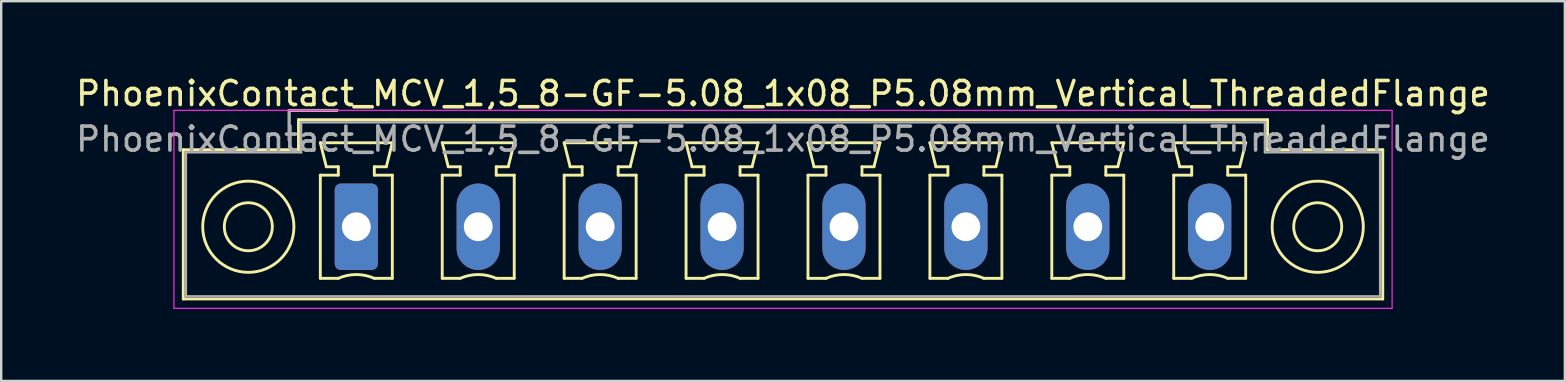
<source format=kicad_pcb>
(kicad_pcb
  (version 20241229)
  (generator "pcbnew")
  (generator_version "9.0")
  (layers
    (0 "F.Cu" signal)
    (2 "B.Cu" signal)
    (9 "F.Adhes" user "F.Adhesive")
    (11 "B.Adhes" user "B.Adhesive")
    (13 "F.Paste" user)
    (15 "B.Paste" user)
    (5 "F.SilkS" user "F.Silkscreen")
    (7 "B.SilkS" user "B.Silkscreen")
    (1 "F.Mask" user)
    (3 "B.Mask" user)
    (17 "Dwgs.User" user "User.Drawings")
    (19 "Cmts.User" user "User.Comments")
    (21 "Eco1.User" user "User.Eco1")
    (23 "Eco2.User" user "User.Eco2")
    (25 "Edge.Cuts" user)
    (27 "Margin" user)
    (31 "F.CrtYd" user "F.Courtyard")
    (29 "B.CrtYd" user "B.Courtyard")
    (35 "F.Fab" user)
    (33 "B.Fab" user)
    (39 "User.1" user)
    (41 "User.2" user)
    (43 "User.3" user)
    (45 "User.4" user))
  (footprint "PhoenixContact_MCV_1,5_8-GF-5.08_1x08_P5.08mm_Vertical_ThreadedFlange"
    (layer "F.Cu")
    (at 11.797 6.398)
    (property "Reference" "PhoenixContact_MCV_1,5_8-GF-5.08_1x08_P5.08mm_Vertical_ThreadedFlange" (at 17.78 -5.55 0) (layer "F.SilkS") (effects (font (size 1 1) (thickness 0.15))))
    (attr through_hole)
    (fp_line (start -7.21 -3.21) (end -7.21 3.01) (stroke (width 0.12) (type solid)) (layer "F.SilkS"))
    (fp_line (start -7.21 3.01) (end 42.77 3.01) (stroke (width 0.12) (type solid)) (layer "F.SilkS"))
    (fp_line (start -2.8 -4.85) (end -0.8 -4.85) (stroke (width 0.12) (type solid)) (layer "F.SilkS"))
    (fp_line (start -2.8 -3.6) (end -2.8 -4.85) (stroke (width 0.12) (type solid)) (layer "F.SilkS"))
    (fp_line (start -2.41 -4.46) (end -2.41 -3.21) (stroke (width 0.12) (type solid)) (layer "F.SilkS"))
    (fp_line (start -2.41 -3.21) (end -7.21 -3.21) (stroke (width 0.12) (type solid)) (layer "F.SilkS"))
    (fp_line (start -1.5 -3.5) (end 1.5 -3.5) (stroke (width 0.12) (type solid)) (layer "F.SilkS"))
    (fp_line (start -1.5 -2.15) (end -0.75 -2.15) (stroke (width 0.12) (type solid)) (layer "F.SilkS"))
    (fp_line (start -1.5 2.15) (end -1.5 -2.15) (stroke (width 0.12) (type solid)) (layer "F.SilkS"))
    (fp_line (start -1.25 -2.5) (end -1.5 -3.5) (stroke (width 0.12) (type solid)) (layer "F.SilkS"))
    (fp_line (start -0.75 -2.5) (end -1.25 -2.5) (stroke (width 0.12) (type solid)) (layer "F.SilkS"))
    (fp_line (start -0.75 -2.15) (end -0.75 -2.5) (stroke (width 0.12) (type solid)) (layer "F.SilkS"))
    (fp_line (start -0.75 2.15) (end -1.5 2.15) (stroke (width 0.12) (type solid)) (layer "F.SilkS"))
    (fp_line (start 0.75 -2.5) (end 0.75 -2.15) (stroke (width 0.12) (type solid)) (layer "F.SilkS"))
    (fp_line (start 0.75 -2.15) (end 1.5 -2.15) (stroke (width 0.12) (type solid)) (layer "F.SilkS"))
    (fp_line (start 1.25 -2.5) (end 0.75 -2.5) (stroke (width 0.12) (type solid)) (layer "F.SilkS"))
    (fp_line (start 1.5 -3.5) (end 1.25 -2.5) (stroke (width 0.12) (type solid)) (layer "F.SilkS"))
    (fp_line (start 1.5 -2.15) (end 1.5 2.15) (stroke (width 0.12) (type solid)) (layer "F.SilkS"))
    (fp_line (start 1.5 2.15) (end 0.75 2.15) (stroke (width 0.12) (type solid)) (layer "F.SilkS"))
    (fp_line (start 3.58 -3.5) (end 6.58 -3.5) (stroke (width 0.12) (type solid)) (layer "F.SilkS"))
    (fp_line (start 3.58 -2.15) (end 4.33 -2.15) (stroke (width 0.12) (type solid)) (layer "F.SilkS"))
    (fp_line (start 3.58 2.15) (end 3.58 -2.15) (stroke (width 0.12) (type solid)) (layer "F.SilkS"))
    (fp_line (start 3.83 -2.5) (end 3.58 -3.5) (stroke (width 0.12) (type solid)) (layer "F.SilkS"))
    (fp_line (start 4.33 -2.5) (end 3.83 -2.5) (stroke (width 0.12) (type solid)) (layer "F.SilkS"))
    (fp_line (start 4.33 -2.15) (end 4.33 -2.5) (stroke (width 0.12) (type solid)) (layer "F.SilkS"))
    (fp_line (start 4.33 2.15) (end 3.58 2.15) (stroke (width 0.12) (type solid)) (layer "F.SilkS"))
    (fp_line (start 5.83 -2.5) (end 5.83 -2.15) (stroke (width 0.12) (type solid)) (layer "F.SilkS"))
    (fp_line (start 5.83 -2.15) (end 6.58 -2.15) (stroke (width 0.12) (type solid)) (layer "F.SilkS"))
    (fp_line (start 6.33 -2.5) (end 5.83 -2.5) (stroke (width 0.12) (type solid)) (layer "F.SilkS"))
    (fp_line (start 6.58 -3.5) (end 6.33 -2.5) (stroke (width 0.12) (type solid)) (layer "F.SilkS"))
    (fp_line (start 6.58 -2.15) (end 6.58 2.15) (stroke (width 0.12) (type solid)) (layer "F.SilkS"))
    (fp_line (start 6.58 2.15) (end 5.83 2.15) (stroke (width 0.12) (type solid)) (layer "F.SilkS"))
    (fp_line (start 8.66 -3.5) (end 11.66 -3.5) (stroke (width 0.12) (type solid)) (layer "F.SilkS"))
    (fp_line (start 8.66 -2.15) (end 9.41 -2.15) (stroke (width 0.12) (type solid)) (layer "F.SilkS"))
    (fp_line (start 8.66 2.15) (end 8.66 -2.15) (stroke (width 0.12) (type solid)) (layer "F.SilkS"))
    (fp_line (start 8.91 -2.5) (end 8.66 -3.5) (stroke (width 0.12) (type solid)) (layer "F.SilkS"))
    (fp_line (start 9.41 -2.5) (end 8.91 -2.5) (stroke (width 0.12) (type solid)) (layer "F.SilkS"))
    (fp_line (start 9.41 -2.15) (end 9.41 -2.5) (stroke (width 0.12) (type solid)) (layer "F.SilkS"))
    (fp_line (start 9.41 2.15) (end 8.66 2.15) (stroke (width 0.12) (type solid)) (layer "F.SilkS"))
    (fp_line (start 10.91 -2.5) (end 10.91 -2.15) (stroke (width 0.12) (type solid)) (layer "F.SilkS"))
    (fp_line (start 10.91 -2.15) (end 11.66 -2.15) (stroke (width 0.12) (type solid)) (layer "F.SilkS"))
    (fp_line (start 11.41 -2.5) (end 10.91 -2.5) (stroke (width 0.12) (type solid)) (layer "F.SilkS"))
    (fp_line (start 11.66 -3.5) (end 11.41 -2.5) (stroke (width 0.12) (type solid)) (layer "F.SilkS"))
    (fp_line (start 11.66 -2.15) (end 11.66 2.15) (stroke (width 0.12) (type solid)) (layer "F.SilkS"))
    (fp_line (start 11.66 2.15) (end 10.91 2.15) (stroke (width 0.12) (type solid)) (layer "F.SilkS"))
    (fp_line (start 13.74 -3.5) (end 16.74 -3.5) (stroke (width 0.12) (type solid)) (layer "F.SilkS"))
    (fp_line (start 13.74 -2.15) (end 14.49 -2.15) (stroke (width 0.12) (type solid)) (layer "F.SilkS"))
    (fp_line (start 13.74 2.15) (end 13.74 -2.15) (stroke (width 0.12) (type solid)) (layer "F.SilkS"))
    (fp_line (start 13.99 -2.5) (end 13.74 -3.5) (stroke (width 0.12) (type solid)) (layer "F.SilkS"))
    (fp_line (start 14.49 -2.5) (end 13.99 -2.5) (stroke (width 0.12) (type solid)) (layer "F.SilkS"))
    (fp_line (start 14.49 -2.15) (end 14.49 -2.5) (stroke (width 0.12) (type solid)) (layer "F.SilkS"))
    (fp_line (start 14.49 2.15) (end 13.74 2.15) (stroke (width 0.12) (type solid)) (layer "F.SilkS"))
    (fp_line (start 15.99 -2.5) (end 15.99 -2.15) (stroke (width 0.12) (type solid)) (layer "F.SilkS"))
    (fp_line (start 15.99 -2.15) (end 16.74 -2.15) (stroke (width 0.12) (type solid)) (layer "F.SilkS"))
    (fp_line (start 16.49 -2.5) (end 15.99 -2.5) (stroke (width 0.12) (type solid)) (layer "F.SilkS"))
    (fp_line (start 16.74 -3.5) (end 16.49 -2.5) (stroke (width 0.12) (type solid)) (layer "F.SilkS"))
    (fp_line (start 16.74 -2.15) (end 16.74 2.15) (stroke (width 0.12) (type solid)) (layer "F.SilkS"))
    (fp_line (start 16.74 2.15) (end 15.99 2.15) (stroke (width 0.12) (type solid)) (layer "F.SilkS"))
    (fp_line (start 18.82 -3.5) (end 21.82 -3.5) (stroke (width 0.12) (type solid)) (layer "F.SilkS"))
    (fp_line (start 18.82 -2.15) (end 19.57 -2.15) (stroke (width 0.12) (type solid)) (layer "F.SilkS"))
    (fp_line (start 18.82 2.15) (end 18.82 -2.15) (stroke (width 0.12) (type solid)) (layer "F.SilkS"))
    (fp_line (start 19.07 -2.5) (end 18.82 -3.5) (stroke (width 0.12) (type solid)) (layer "F.SilkS"))
    (fp_line (start 19.57 -2.5) (end 19.07 -2.5) (stroke (width 0.12) (type solid)) (layer "F.SilkS"))
    (fp_line (start 19.57 -2.15) (end 19.57 -2.5) (stroke (width 0.12) (type solid)) (layer "F.SilkS"))
    (fp_line (start 19.57 2.15) (end 18.82 2.15) (stroke (width 0.12) (type solid)) (layer "F.SilkS"))
    (fp_line (start 21.07 -2.5) (end 21.07 -2.15) (stroke (width 0.12) (type solid)) (layer "F.SilkS"))
    (fp_line (start 21.07 -2.15) (end 21.82 -2.15) (stroke (width 0.12) (type solid)) (layer "F.SilkS"))
    (fp_line (start 21.57 -2.5) (end 21.07 -2.5) (stroke (width 0.12) (type solid)) (layer "F.SilkS"))
    (fp_line (start 21.82 -3.5) (end 21.57 -2.5) (stroke (width 0.12) (type solid)) (layer "F.SilkS"))
    (fp_line (start 21.82 -2.15) (end 21.82 2.15) (stroke (width 0.12) (type solid)) (layer "F.SilkS"))
    (fp_line (start 21.82 2.15) (end 21.07 2.15) (stroke (width 0.12) (type solid)) (layer "F.SilkS"))
    (fp_line (start 23.9 -3.5) (end 26.9 -3.5) (stroke (width 0.12) (type solid)) (layer "F.SilkS"))
    (fp_line (start 23.9 -2.15) (end 24.65 -2.15) (stroke (width 0.12) (type solid)) (layer "F.SilkS"))
    (fp_line (start 23.9 2.15) (end 23.9 -2.15) (stroke (width 0.12) (type solid)) (layer "F.SilkS"))
    (fp_line (start 24.15 -2.5) (end 23.9 -3.5) (stroke (width 0.12) (type solid)) (layer "F.SilkS"))
    (fp_line (start 24.65 -2.5) (end 24.15 -2.5) (stroke (width 0.12) (type solid)) (layer "F.SilkS"))
    (fp_line (start 24.65 -2.15) (end 24.65 -2.5) (stroke (width 0.12) (type solid)) (layer "F.SilkS"))
    (fp_line (start 24.65 2.15) (end 23.9 2.15) (stroke (width 0.12) (type solid)) (layer "F.SilkS"))
    (fp_line (start 26.15 -2.5) (end 26.15 -2.15) (stroke (width 0.12) (type solid)) (layer "F.SilkS"))
    (fp_line (start 26.15 -2.15) (end 26.9 -2.15) (stroke (width 0.12) (type solid)) (layer "F.SilkS"))
    (fp_line (start 26.65 -2.5) (end 26.15 -2.5) (stroke (width 0.12) (type solid)) (layer "F.SilkS"))
    (fp_line (start 26.9 -3.5) (end 26.65 -2.5) (stroke (width 0.12) (type solid)) (layer "F.SilkS"))
    (fp_line (start 26.9 -2.15) (end 26.9 2.15) (stroke (width 0.12) (type solid)) (layer "F.SilkS"))
    (fp_line (start 26.9 2.15) (end 26.15 2.15) (stroke (width 0.12) (type solid)) (layer "F.SilkS"))
    (fp_line (start 28.98 -3.5) (end 31.98 -3.5) (stroke (width 0.12) (type solid)) (layer "F.SilkS"))
    (fp_line (start 28.98 -2.15) (end 29.73 -2.15) (stroke (width 0.12) (type solid)) (layer "F.SilkS"))
    (fp_line (start 28.98 2.15) (end 28.98 -2.15) (stroke (width 0.12) (type solid)) (layer "F.SilkS"))
    (fp_line (start 29.23 -2.5) (end 28.98 -3.5) (stroke (width 0.12) (type solid)) (layer "F.SilkS"))
    (fp_line (start 29.73 -2.5) (end 29.23 -2.5) (stroke (width 0.12) (type solid)) (layer "F.SilkS"))
    (fp_line (start 29.73 -2.15) (end 29.73 -2.5) (stroke (width 0.12) (type solid)) (layer "F.SilkS"))
    (fp_line (start 29.73 2.15) (end 28.98 2.15) (stroke (width 0.12) (type solid)) (layer "F.SilkS"))
    (fp_line (start 31.23 -2.5) (end 31.23 -2.15) (stroke (width 0.12) (type solid)) (layer "F.SilkS"))
    (fp_line (start 31.23 -2.15) (end 31.98 -2.15) (stroke (width 0.12) (type solid)) (layer "F.SilkS"))
    (fp_line (start 31.73 -2.5) (end 31.23 -2.5) (stroke (width 0.12) (type solid)) (layer "F.SilkS"))
    (fp_line (start 31.98 -3.5) (end 31.73 -2.5) (stroke (width 0.12) (type solid)) (layer "F.SilkS"))
    (fp_line (start 31.98 -2.15) (end 31.98 2.15) (stroke (width 0.12) (type solid)) (layer "F.SilkS"))
    (fp_line (start 31.98 2.15) (end 31.23 2.15) (stroke (width 0.12) (type solid)) (layer "F.SilkS"))
    (fp_line (start 34.06 -3.5) (end 37.06 -3.5) (stroke (width 0.12) (type solid)) (layer "F.SilkS"))
    (fp_line (start 34.06 -2.15) (end 34.81 -2.15) (stroke (width 0.12) (type solid)) (layer "F.SilkS"))
    (fp_line (start 34.06 2.15) (end 34.06 -2.15) (stroke (width 0.12) (type solid)) (layer "F.SilkS"))
    (fp_line (start 34.31 -2.5) (end 34.06 -3.5) (stroke (width 0.12) (type solid)) (layer "F.SilkS"))
    (fp_line (start 34.81 -2.5) (end 34.31 -2.5) (stroke (width 0.12) (type solid)) (layer "F.SilkS"))
    (fp_line (start 34.81 -2.15) (end 34.81 -2.5) (stroke (width 0.12) (type solid)) (layer "F.SilkS"))
    (fp_line (start 34.81 2.15) (end 34.06 2.15) (stroke (width 0.12) (type solid)) (layer "F.SilkS"))
    (fp_line (start 36.31 -2.5) (end 36.31 -2.15) (stroke (width 0.12) (type solid)) (layer "F.SilkS"))
    (fp_line (start 36.31 -2.15) (end 37.06 -2.15) (stroke (width 0.12) (type solid)) (layer "F.SilkS"))
    (fp_line (start 36.81 -2.5) (end 36.31 -2.5) (stroke (width 0.12) (type solid)) (layer "F.SilkS"))
    (fp_line (start 37.06 -3.5) (end 36.81 -2.5) (stroke (width 0.12) (type solid)) (layer "F.SilkS"))
    (fp_line (start 37.06 -2.15) (end 37.06 2.15) (stroke (width 0.12) (type solid)) (layer "F.SilkS"))
    (fp_line (start 37.06 2.15) (end 36.31 2.15) (stroke (width 0.12) (type solid)) (layer "F.SilkS"))
    (fp_line (start 37.97 -4.46) (end -2.41 -4.46) (stroke (width 0.12) (type solid)) (layer "F.SilkS"))
    (fp_line (start 37.97 -3.21) (end 37.97 -4.46) (stroke (width 0.12) (type solid)) (layer "F.SilkS"))
    (fp_line (start 42.77 -3.21) (end 37.97 -3.21) (stroke (width 0.12) (type solid)) (layer "F.SilkS"))
    (fp_line (start 42.77 3.01) (end 42.77 -3.21) (stroke (width 0.12) (type solid)) (layer "F.SilkS"))
    (fp_arc (start -0.75 2.15) (mid -0.000193 1.99191) (end 0.749647 2.149844) (stroke (width 0.12) (type solid)) (layer "F.SilkS"))
    (fp_arc (start 4.33 2.15) (mid 5.079807 1.99191) (end 5.829647 2.149844) (stroke (width 0.12) (type solid)) (layer "F.SilkS"))
    (fp_arc (start 9.41 2.15) (mid 10.159807 1.99191) (end 10.909647 2.149844) (stroke (width 0.12) (type solid)) (layer "F.SilkS"))
    (fp_arc (start 14.49 2.15) (mid 15.239807 1.99191) (end 15.989647 2.149844) (stroke (width 0.12) (type solid)) (layer "F.SilkS"))
    (fp_arc (start 19.57 2.15) (mid 20.319807 1.99191) (end 21.069647 2.149844) (stroke (width 0.12) (type solid)) (layer "F.SilkS"))
    (fp_arc (start 24.65 2.15) (mid 25.399807 1.99191) (end 26.149647 2.149844) (stroke (width 0.12) (type solid)) (layer "F.SilkS"))
    (fp_arc (start 29.73 2.15) (mid 30.479807 1.99191) (end 31.229647 2.149844) (stroke (width 0.12) (type solid)) (layer "F.SilkS"))
    (fp_arc (start 34.81 2.15) (mid 35.559807 1.99191) (end 36.309647 2.149844) (stroke (width 0.12) (type solid)) (layer "F.SilkS"))
    (fp_circle (center -4.5 0) (end -3.5 0) (stroke (width 0.12) (type solid)) (fill no) (layer "F.SilkS"))
    (fp_circle (center -4.5 0) (end -2.6 0) (stroke (width 0.12) (type solid)) (fill no) (layer "F.SilkS"))
    (fp_circle (center 40.06 0) (end 41.06 0) (stroke (width 0.12) (type solid)) (fill no) (layer "F.SilkS"))
    (fp_circle (center 40.06 0) (end 41.96 0) (stroke (width 0.12) (type solid)) (fill no) (layer "F.SilkS"))
    (fp_line (start -7.6 -4.85) (end -7.6 3.4) (stroke (width 0.05) (type solid)) (layer "F.CrtYd"))
    (fp_line (start -7.6 3.4) (end 43.16 3.4) (stroke (width 0.05) (type solid)) (layer "F.CrtYd"))
    (fp_line (start 43.16 -4.85) (end -7.6 -4.85) (stroke (width 0.05) (type solid)) (layer "F.CrtYd"))
    (fp_line (start 43.16 3.4) (end 43.16 -4.85) (stroke (width 0.05) (type solid)) (layer "F.CrtYd"))
    (fp_line (start -7.1 -3.1) (end -7.1 2.9) (stroke (width 0.1) (type solid)) (layer "F.Fab"))
    (fp_line (start -7.1 2.9) (end 42.66 2.9) (stroke (width 0.1) (type solid)) (layer "F.Fab"))
    (fp_line (start -2.8 -4.85) (end -0.8 -4.85) (stroke (width 0.1) (type solid)) (layer "F.Fab"))
    (fp_line (start -2.8 -3.6) (end -2.8 -4.85) (stroke (width 0.1) (type solid)) (layer "F.Fab"))
    (fp_line (start -2.3 -4.35) (end -2.3 -3.1) (stroke (width 0.1) (type solid)) (layer "F.Fab"))
    (fp_line (start -2.3 -3.1) (end -7.1 -3.1) (stroke (width 0.1) (type solid)) (layer "F.Fab"))
    (fp_line (start 37.86 -4.35) (end -2.3 -4.35) (stroke (width 0.1) (type solid)) (layer "F.Fab"))
    (fp_line (start 37.86 -3.1) (end 37.86 -4.35) (stroke (width 0.1) (type solid)) (layer "F.Fab"))
    (fp_line (start 42.66 -3.1) (end 37.86 -3.1) (stroke (width 0.1) (type solid)) (layer "F.Fab"))
    (fp_line (start 42.66 2.9) (end 42.66 -3.1) (stroke (width 0.1) (type solid)) (layer "F.Fab"))
    (fp_text user "${REFERENCE}" (at 17.78 -3.65 0) (layer "F.Fab") (effects (font (size 1 1) (thickness 0.15))))
    (pad "1" thru_hole roundrect (at 0 0) (size 1.8 3.6) (drill 1.2) (layers "*.Cu" "*.Mask") (roundrect_rratio 0.139))
    (pad "2" thru_hole oval (at 5.08 0) (size 1.8 3.6) (drill 1.2) (layers "*.Cu" "*.Mask"))
    (pad "3" thru_hole oval (at 10.16 0) (size 1.8 3.6) (drill 1.2) (layers "*.Cu" "*.Mask"))
    (pad "4" thru_hole oval (at 15.24 0) (size 1.8 3.6) (drill 1.2) (layers "*.Cu" "*.Mask"))
    (pad "5" thru_hole oval (at 20.32 0) (size 1.8 3.6) (drill 1.2) (layers "*.Cu" "*.Mask"))
    (pad "6" thru_hole oval (at 25.4 0) (size 1.8 3.6) (drill 1.2) (layers "*.Cu" "*.Mask"))
    (pad "7" thru_hole oval (at 30.48 0) (size 1.8 3.6) (drill 1.2) (layers "*.Cu" "*.Mask"))
    (pad "8" thru_hole oval (at 35.56 0) (size 1.8 3.6) (drill 1.2) (layers "*.Cu" "*.Mask")))
  (gr_rect
    (start -3 -3)
    (end 62.155 12.823)
    (stroke (width 0.1) (type default))
    (fill no)
    (layer "Edge.Cuts")))
</source>
